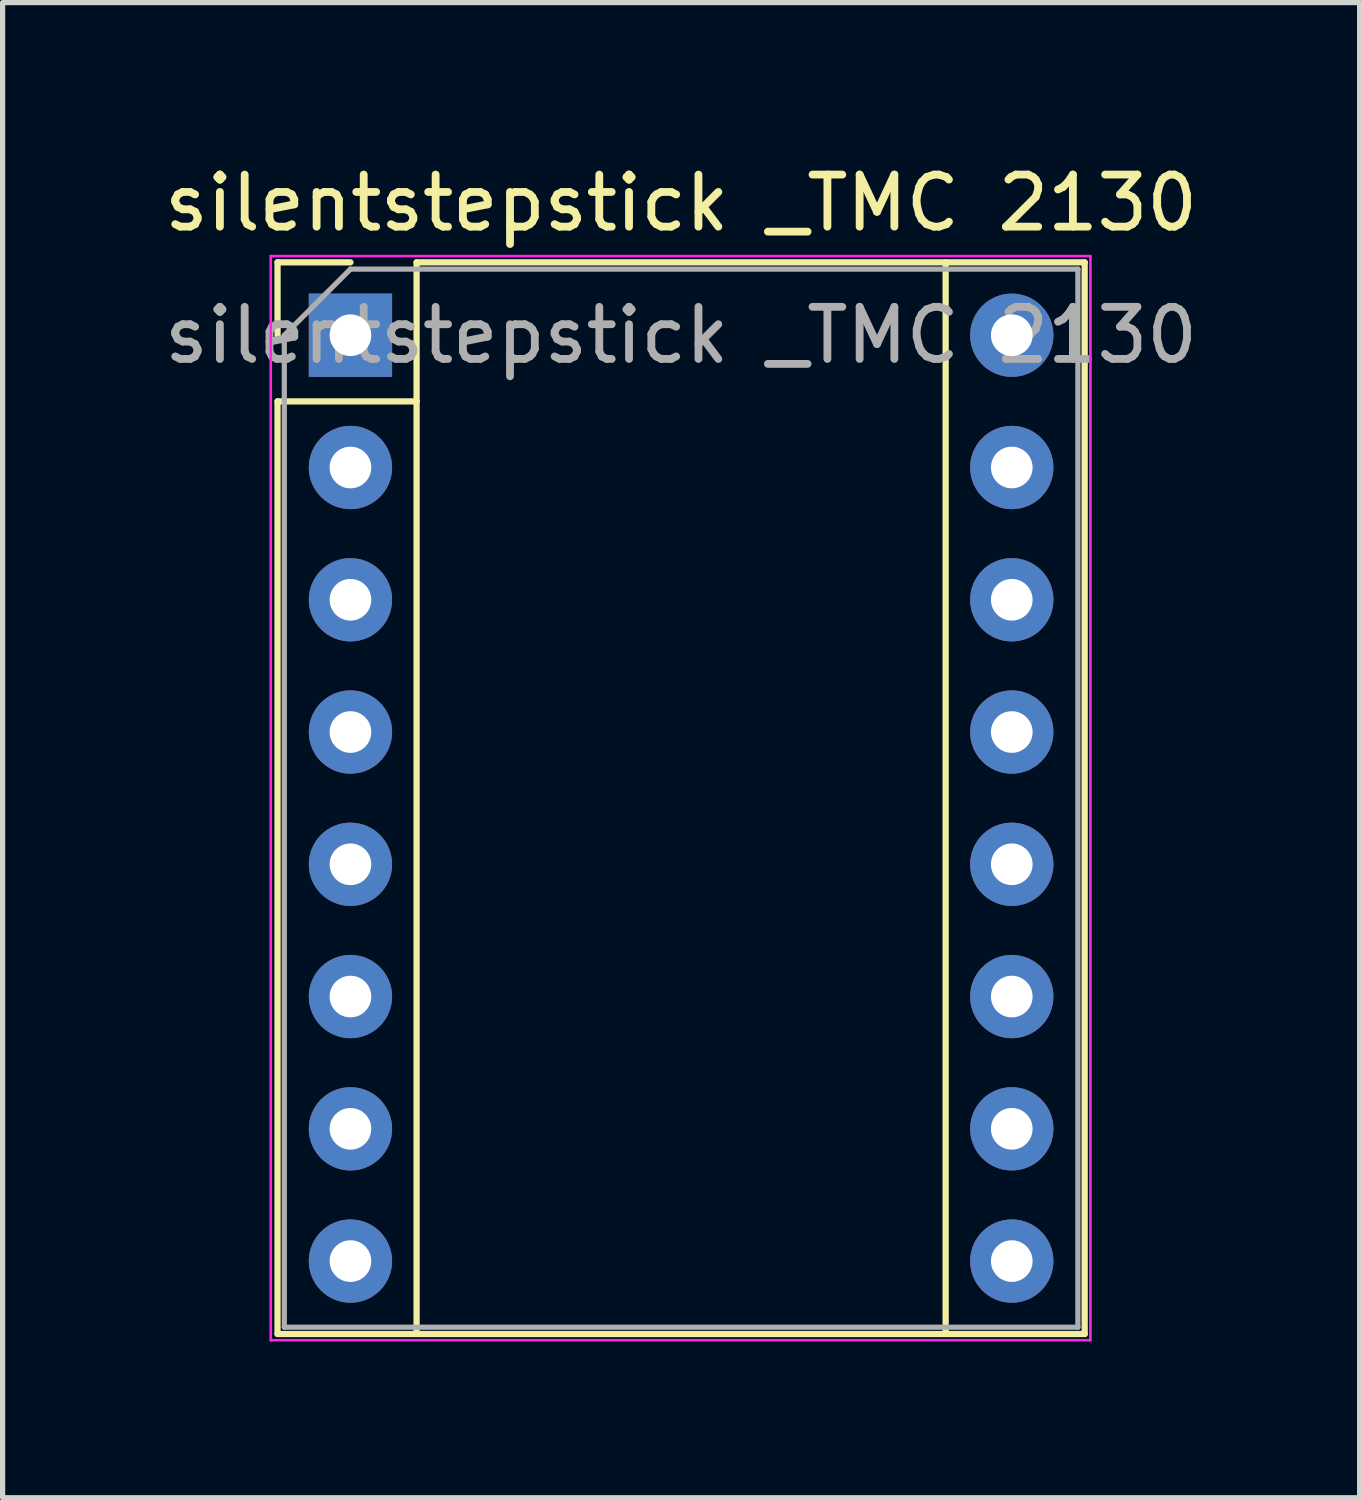
<source format=kicad_pcb>
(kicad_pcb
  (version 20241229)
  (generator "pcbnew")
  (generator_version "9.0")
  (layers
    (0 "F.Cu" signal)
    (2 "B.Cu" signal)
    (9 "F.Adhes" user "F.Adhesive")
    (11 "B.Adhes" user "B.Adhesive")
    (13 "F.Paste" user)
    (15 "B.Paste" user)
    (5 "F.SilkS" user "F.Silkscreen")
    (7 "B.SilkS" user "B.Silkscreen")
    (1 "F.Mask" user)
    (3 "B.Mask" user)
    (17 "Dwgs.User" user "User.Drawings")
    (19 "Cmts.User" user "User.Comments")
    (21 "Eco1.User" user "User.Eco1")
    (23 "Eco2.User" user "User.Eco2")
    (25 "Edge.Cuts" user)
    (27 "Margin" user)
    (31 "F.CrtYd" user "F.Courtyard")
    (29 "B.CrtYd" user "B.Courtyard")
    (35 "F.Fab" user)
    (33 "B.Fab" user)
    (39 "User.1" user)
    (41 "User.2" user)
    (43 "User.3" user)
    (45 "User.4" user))
  (footprint "silentstepstick _TMC 2130"
    (layer "F.Cu")
    (at 3.68 3.388)
    (property "Reference" "silentstepstick _TMC 2130" (at 6.35 -2.54 0) (layer "F.SilkS") (effects (font (size 1 1) (thickness 0.15))))
    (attr through_hole)
    (fp_line (start -1.4 -1.4) (end -1.4 0) (stroke (width 0.12) (type solid)) (layer "F.SilkS"))
    (fp_line (start -1.4 1.27) (end -1.4 19.18) (stroke (width 0.12) (type solid)) (layer "F.SilkS"))
    (fp_line (start -1.4 19.18) (end 14.1 19.18) (stroke (width 0.12) (type solid)) (layer "F.SilkS"))
    (fp_line (start 0 -1.4) (end -1.4 -1.4) (stroke (width 0.12) (type solid)) (layer "F.SilkS"))
    (fp_line (start 1.27 -1.4) (end 1.27 1.27) (stroke (width 0.12) (type solid)) (layer "F.SilkS"))
    (fp_line (start 1.27 1.27) (end -1.4 1.27) (stroke (width 0.12) (type solid)) (layer "F.SilkS"))
    (fp_line (start 1.27 1.27) (end 1.27 19.18) (stroke (width 0.12) (type solid)) (layer "F.SilkS"))
    (fp_line (start 11.43 -1.4) (end 11.43 19.18) (stroke (width 0.12) (type solid)) (layer "F.SilkS"))
    (fp_line (start 14.1 -1.4) (end 1.27 -1.4) (stroke (width 0.12) (type solid)) (layer "F.SilkS"))
    (fp_line (start 14.1 19.18) (end 14.1 -1.4) (stroke (width 0.12) (type solid)) (layer "F.SilkS"))
    (fp_line (start -1.53 -1.52) (end -1.53 19.3) (stroke (width 0.05) (type solid)) (layer "F.CrtYd"))
    (fp_line (start -1.53 -1.52) (end 14.21 -1.52) (stroke (width 0.05) (type solid)) (layer "F.CrtYd"))
    (fp_line (start 14.21 19.3) (end -1.53 19.3) (stroke (width 0.05) (type solid)) (layer "F.CrtYd"))
    (fp_line (start 14.21 19.3) (end 14.21 -1.52) (stroke (width 0.05) (type solid)) (layer "F.CrtYd"))
    (fp_line (start -1.27 0) (end 0 -1.27) (stroke (width 0.1) (type solid)) (layer "F.Fab"))
    (fp_line (start -1.27 19.05) (end -1.27 0) (stroke (width 0.1) (type solid)) (layer "F.Fab"))
    (fp_line (start 0 -1.27) (end 13.97 -1.27) (stroke (width 0.1) (type solid)) (layer "F.Fab"))
    (fp_line (start 13.97 -1.27) (end 13.97 19.05) (stroke (width 0.1) (type solid)) (layer "F.Fab"))
    (fp_line (start 13.97 19.05) (end -1.27 19.05) (stroke (width 0.1) (type solid)) (layer "F.Fab"))
    (fp_text user "${REFERENCE}" (at 6.35 0 0) (layer "F.Fab") (effects (font (size 1 1) (thickness 0.15))))
    (pad "1" thru_hole rect (at 0 0) (size 1.6 1.6) (drill 0.8) (layers "*.Cu" "*.Mask"))
    (pad "2" thru_hole oval (at 0 2.54) (size 1.6 1.6) (drill 0.8) (layers "*.Cu" "*.Mask"))
    (pad "3" thru_hole oval (at 0 5.08) (size 1.6 1.6) (drill 0.8) (layers "*.Cu" "*.Mask"))
    (pad "4" thru_hole oval (at 0 7.62) (size 1.6 1.6) (drill 0.8) (layers "*.Cu" "*.Mask"))
    (pad "5" thru_hole oval (at 0 10.16) (size 1.6 1.6) (drill 0.8) (layers "*.Cu" "*.Mask"))
    (pad "6" thru_hole oval (at 0 12.7) (size 1.6 1.6) (drill 0.8) (layers "*.Cu" "*.Mask"))
    (pad "7" thru_hole oval (at 0 15.24) (size 1.6 1.6) (drill 0.8) (layers "*.Cu" "*.Mask"))
    (pad "8" thru_hole oval (at 0 17.78) (size 1.6 1.6) (drill 0.8) (layers "*.Cu" "*.Mask"))
    (pad "9" thru_hole oval (at 12.7 17.78) (size 1.6 1.6) (drill 0.8) (layers "*.Cu" "*.Mask"))
    (pad "10" thru_hole oval (at 12.7 15.24) (size 1.6 1.6) (drill 0.8) (layers "*.Cu" "*.Mask"))
    (pad "11" thru_hole oval (at 12.7 12.7) (size 1.6 1.6) (drill 0.8) (layers "*.Cu" "*.Mask"))
    (pad "12" thru_hole oval (at 12.7 10.16) (size 1.6 1.6) (drill 0.8) (layers "*.Cu" "*.Mask"))
    (pad "13" thru_hole oval (at 12.7 7.62) (size 1.6 1.6) (drill 0.8) (layers "*.Cu" "*.Mask"))
    (pad "14" thru_hole oval (at 12.7 5.08) (size 1.6 1.6) (drill 0.8) (layers "*.Cu" "*.Mask"))
    (pad "15" thru_hole oval (at 12.7 2.54) (size 1.6 1.6) (drill 0.8) (layers "*.Cu" "*.Mask"))
    (pad "16" thru_hole oval (at 12.7 0) (size 1.6 1.6) (drill 0.8) (layers "*.Cu" "*.Mask")))
  (gr_rect
    (start -3 -3)
    (end 23.06 25.713)
    (stroke (width 0.1) (type default))
    (fill no)
    (layer "Edge.Cuts")))
</source>
